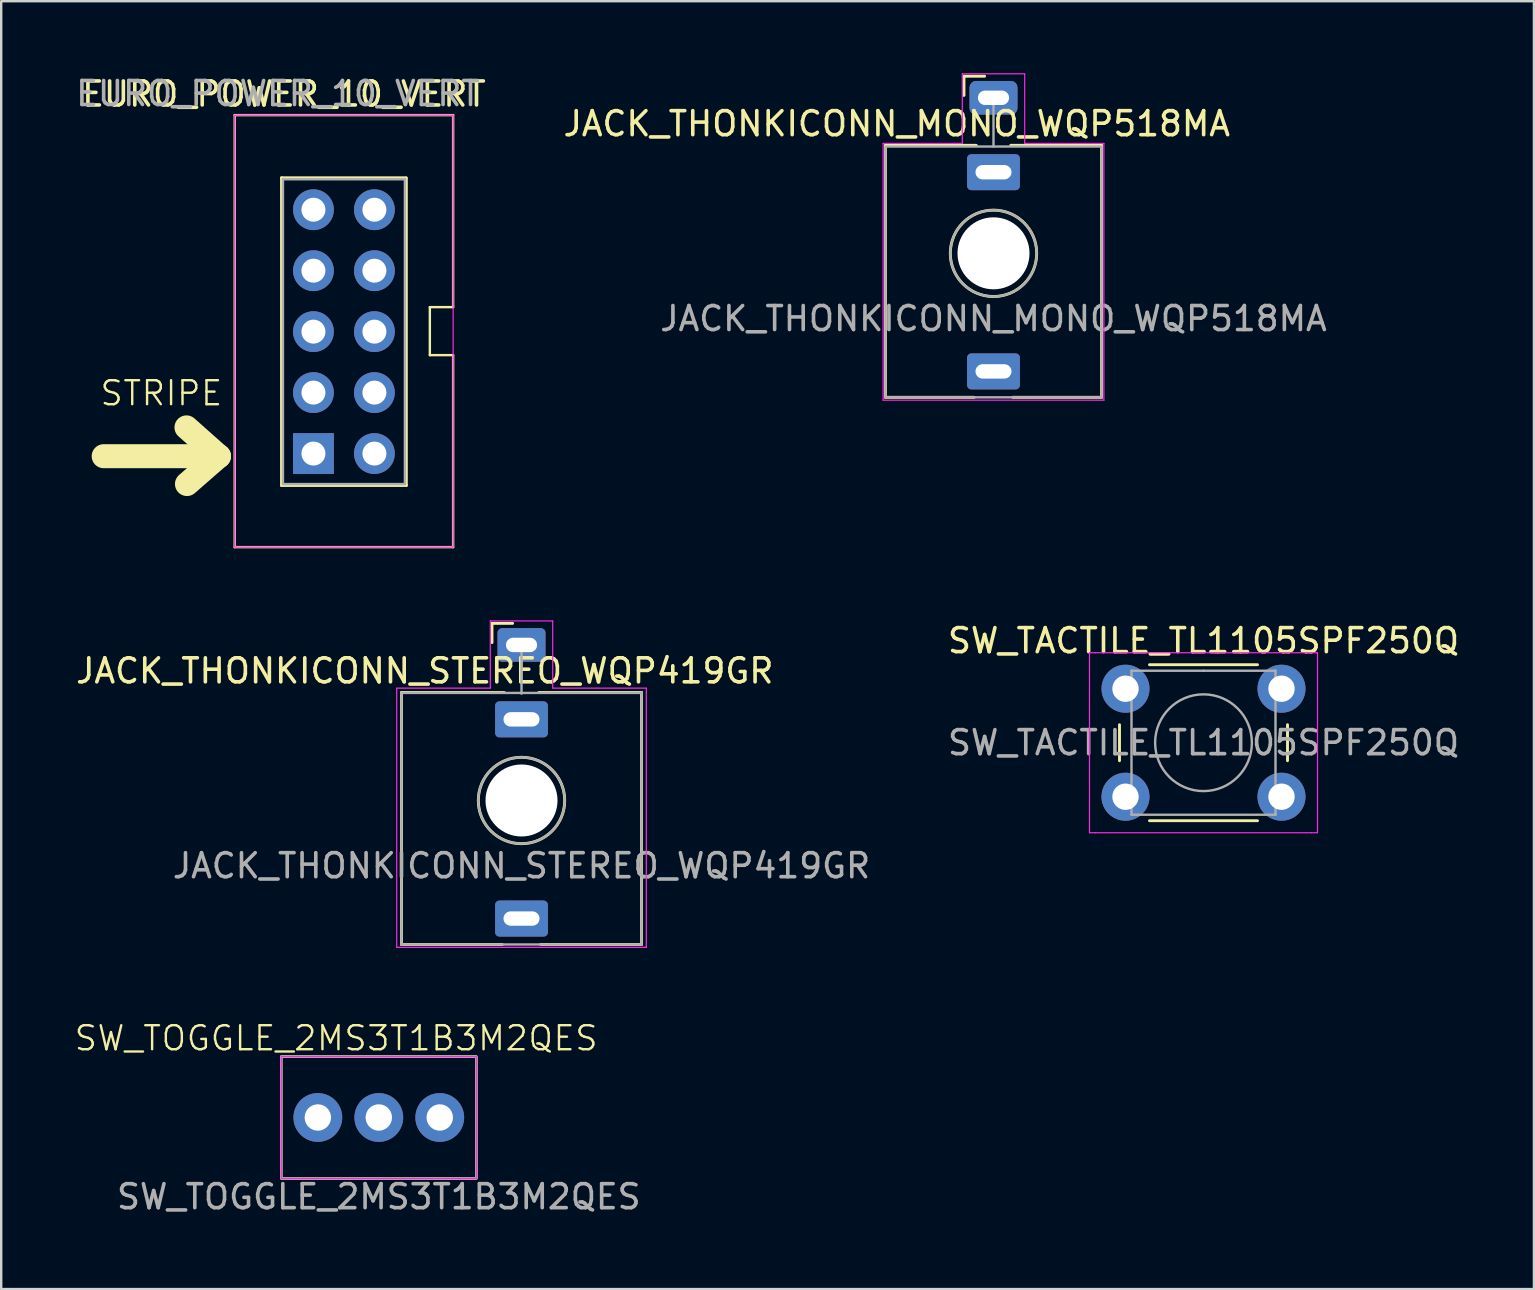
<source format=kicad_pcb>
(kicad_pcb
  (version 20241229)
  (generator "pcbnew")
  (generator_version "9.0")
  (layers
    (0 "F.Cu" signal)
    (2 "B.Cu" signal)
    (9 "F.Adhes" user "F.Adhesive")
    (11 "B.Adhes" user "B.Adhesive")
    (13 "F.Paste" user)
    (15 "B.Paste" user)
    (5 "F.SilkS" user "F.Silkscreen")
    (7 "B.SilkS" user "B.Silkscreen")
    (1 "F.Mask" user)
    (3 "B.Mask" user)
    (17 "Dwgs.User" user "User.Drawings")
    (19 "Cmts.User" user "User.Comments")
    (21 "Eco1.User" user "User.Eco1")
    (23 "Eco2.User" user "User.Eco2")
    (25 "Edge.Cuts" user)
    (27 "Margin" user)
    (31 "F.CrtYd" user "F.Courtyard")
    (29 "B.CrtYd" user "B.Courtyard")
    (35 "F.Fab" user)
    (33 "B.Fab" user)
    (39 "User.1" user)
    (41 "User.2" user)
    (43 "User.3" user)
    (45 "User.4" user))
  (footprint "SW_TACTILE_TL1105SPF250Q"
    (layer "F.Cu")
    (at 43.845 25.646)
    (property "Reference" "SW_TACTILE_TL1105SPF250Q" (at 3.25 -2 0) (layer "F.SilkS") (effects (font (size 1 1) (thickness 0.15))))
    (attr through_hole)
    (fp_line (start -0.25 1.5) (end -0.25 3) (stroke (width 0.12) (type solid)) (layer "F.SilkS"))
    (fp_line (start 1 5.5) (end 5.5 5.5) (stroke (width 0.12) (type solid)) (layer "F.SilkS"))
    (fp_line (start 5.5 -1) (end 1 -1) (stroke (width 0.12) (type solid)) (layer "F.SilkS"))
    (fp_line (start 6.75 3) (end 6.75 1.5) (stroke (width 0.12) (type solid)) (layer "F.SilkS"))
    (fp_line (start -1.5 -1.5) (end -1.25 -1.5) (stroke (width 0.05) (type solid)) (layer "F.CrtYd"))
    (fp_line (start -1.5 -1.25) (end -1.5 -1.5) (stroke (width 0.05) (type solid)) (layer "F.CrtYd"))
    (fp_line (start -1.5 5.75) (end -1.5 -1.25) (stroke (width 0.05) (type solid)) (layer "F.CrtYd"))
    (fp_line (start -1.5 5.75) (end -1.5 6) (stroke (width 0.05) (type solid)) (layer "F.CrtYd"))
    (fp_line (start -1.5 6) (end -1.25 6) (stroke (width 0.05) (type solid)) (layer "F.CrtYd"))
    (fp_line (start -1.25 -1.5) (end 7.75 -1.5) (stroke (width 0.05) (type solid)) (layer "F.CrtYd"))
    (fp_line (start 7.75 -1.5) (end 8 -1.5) (stroke (width 0.05) (type solid)) (layer "F.CrtYd"))
    (fp_line (start 7.75 6) (end -1.25 6) (stroke (width 0.05) (type solid)) (layer "F.CrtYd"))
    (fp_line (start 7.75 6) (end 8 6) (stroke (width 0.05) (type solid)) (layer "F.CrtYd"))
    (fp_line (start 8 -1.5) (end 8 -1.25) (stroke (width 0.05) (type solid)) (layer "F.CrtYd"))
    (fp_line (start 8 -1.25) (end 8 5.75) (stroke (width 0.05) (type solid)) (layer "F.CrtYd"))
    (fp_line (start 8 6) (end 8 5.75) (stroke (width 0.05) (type solid)) (layer "F.CrtYd"))
    (fp_line (start 0.25 -0.75) (end 3.25 -0.75) (stroke (width 0.1) (type solid)) (layer "F.Fab"))
    (fp_line (start 0.25 5.25) (end 0.25 -0.75) (stroke (width 0.1) (type solid)) (layer "F.Fab"))
    (fp_line (start 3.25 -0.75) (end 6.25 -0.75) (stroke (width 0.1) (type solid)) (layer "F.Fab"))
    (fp_line (start 6.25 -0.75) (end 6.25 5.25) (stroke (width 0.1) (type solid)) (layer "F.Fab"))
    (fp_line (start 6.25 5.25) (end 0.25 5.25) (stroke (width 0.1) (type solid)) (layer "F.Fab"))
    (fp_circle (center 3.25 2.25) (end 1.25 2.5) (stroke (width 0.1) (type solid)) (fill no) (layer "F.Fab"))
    (fp_text user "${REFERENCE}" (at 3.25 2.25 0) (layer "F.Fab") (effects (font (size 1 1) (thickness 0.15))))
    (pad "1" thru_hole circle (at 0 0 90) (size 2 2) (drill 1.1) (layers "*.Cu" "*.Mask"))
    (pad "2" thru_hole circle (at 6.5 0 90) (size 2 2) (drill 1.1) (layers "*.Cu" "*.Mask"))
    (pad "3" thru_hole circle (at 0 4.5 90) (size 2 2) (drill 1.1) (layers "*.Cu" "*.Mask"))
    (pad "4" thru_hole circle (at 6.5 4.5 90) (size 2 2) (drill 1.1) (layers "*.Cu" "*.Mask")))
  (footprint "JACK_THONKICONN_MONO_WQP518MA"
    (layer "F.Cu")
    (at 38.345 1.025)
    (property "Reference" "JACK_THONKICONN_MONO_WQP518MA" (at -4.03 1.08 180) (layer "F.SilkS") (effects (font (size 1 1) (thickness 0.15))))
    (attr through_hole)
    (fp_line (start -4.5 1.98) (end -4.5 12.48) (stroke (width 0.12) (type solid)) (layer "F.SilkS"))
    (fp_line (start -1.23 -0.9) (end -1.23 -0.1) (stroke (width 0.12) (type solid)) (layer "F.SilkS"))
    (fp_line (start -1.23 -0.9) (end -0.37 -0.9) (stroke (width 0.12) (type solid)) (layer "F.SilkS"))
    (fp_line (start -0.8 12.48) (end -4.5 12.48) (stroke (width 0.12) (type solid)) (layer "F.SilkS"))
    (fp_line (start -0.72 1.98) (end -4.5 1.98) (stroke (width 0.12) (type solid)) (layer "F.SilkS"))
    (fp_line (start 4.5 1.98) (end 0.72 1.98) (stroke (width 0.12) (type solid)) (layer "F.SilkS"))
    (fp_line (start 4.5 1.98) (end 4.5 12.48) (stroke (width 0.12) (type solid)) (layer "F.SilkS"))
    (fp_line (start 4.5 12.48) (end 0.8 12.48) (stroke (width 0.12) (type solid)) (layer "F.SilkS"))
    (fp_circle (center 0 6.48) (end 1.8 6.48) (stroke (width 0.12) (type solid)) (fill no) (layer "F.SilkS"))
    (fp_line (start -4.6 1.9) (end -1.3 1.9) (stroke (width 0.05) (type default)) (layer "F.CrtYd"))
    (fp_line (start -4.6 12.6) (end -4.6 1.9) (stroke (width 0.05) (type default)) (layer "F.CrtYd"))
    (fp_line (start -1.3 -1) (end 1.3 -1) (stroke (width 0.05) (type default)) (layer "F.CrtYd"))
    (fp_line (start -1.3 1.9) (end -1.3 -1) (stroke (width 0.05) (type default)) (layer "F.CrtYd"))
    (fp_line (start 1.3 -1) (end 1.3 1.9) (stroke (width 0.05) (type default)) (layer "F.CrtYd"))
    (fp_line (start 1.3 1.9) (end 4.6 1.9) (stroke (width 0.05) (type default)) (layer "F.CrtYd"))
    (fp_line (start 4.6 1.9) (end 4.6 12.6) (stroke (width 0.05) (type default)) (layer "F.CrtYd"))
    (fp_line (start 4.6 12.6) (end -4.6 12.6) (stroke (width 0.05) (type default)) (layer "F.CrtYd"))
    (fp_line (start -4.5 12.48) (end -4.5 2.08) (stroke (width 0.1) (type solid)) (layer "F.Fab"))
    (fp_line (start 0 0) (end 0 2.03) (stroke (width 0.1) (type solid)) (layer "F.Fab"))
    (fp_line (start 4.5 2.03) (end -4.5 2.03) (stroke (width 0.1) (type solid)) (layer "F.Fab"))
    (fp_line (start 4.5 12.48) (end -4.5 12.48) (stroke (width 0.1) (type solid)) (layer "F.Fab"))
    (fp_line (start 4.5 12.48) (end 4.5 2.08) (stroke (width 0.1) (type solid)) (layer "F.Fab"))
    (fp_circle (center 0 6.48) (end 1.8 6.48) (stroke (width 0.1) (type solid)) (fill no) (layer "F.Fab"))
    (fp_line (start 0 6.08) (end 0 6.88) (stroke (width 0.1) (type default)) (layer "User.6"))
    (fp_line (start 0.4 6.48) (end -0.4 6.48) (stroke (width 0.1) (type default)) (layer "User.6"))
    (fp_circle (center 0 6.48) (end 3.2 6.48) (stroke (width 0.1) (type default)) (fill no) (layer "User.6"))
    (fp_line (start 0 6.9) (end 0 6.5) (stroke (width 0.1) (type default)) (layer "User.9"))
    (fp_text user "KEEPOUT" (at 0 6.48 0) (layer "Cmts.User") (effects (font (size 0.4 0.4) (thickness 0.051))))
    (fp_text user "${REFERENCE}" (at 0 9.2 180) (layer "F.Fab") (effects (font (size 1 1) (thickness 0.15))))
    (pad "" np_thru_hole circle (at 0 6.48) (size 3 3) (drill 3) (layers "*.Cu" "*.Mask"))
    (pad "S" thru_hole roundrect (at 0 0 180) (size 2 1.4) (drill oval 1.3 0.6) (layers "*.Cu" "*.Mask") (roundrect_rratio 0.192))
    (pad "T" thru_hole roundrect (at 0 11.4 180) (size 2.2 1.5) (drill oval 1.5 0.6) (layers "*.Cu" "*.Mask") (roundrect_rratio 0.117))
    (pad "TN" thru_hole roundrect (at 0 3.1 180) (size 2.2 1.5) (drill oval 1.5 0.6) (layers "*.Cu" "*.Mask") (roundrect_rratio 0.117)))
  (footprint "SW_TOGGLE_2MS3T1B3M2QES"
    (layer "F.Cu")
    (at 12.733 43.511)
    (property "Reference" "SW_TOGGLE_2MS3T1B3M2QES" (at -1.778 -3.302 0) (unlocked yes) (layer "F.SilkS") (effects (font (size 1 1) (thickness 0.1))))
    (attr smd)
    (fp_rect (start -4.064 -2.54) (end 4.064 2.54) (stroke (width 0.1) (type default)) (fill no) (layer "F.SilkS"))
    (fp_rect (start -4.064 -2.54) (end 4.064 2.54) (stroke (width 0.05) (type default)) (fill no) (layer "F.CrtYd"))
    (fp_rect (start -4.064 -2.54) (end 4.064 2.54) (stroke (width 0.1) (type default)) (fill no) (layer "F.Fab"))
    (fp_text user "${REFERENCE}" (at 0 3.302 0) (unlocked yes) (layer "F.Fab") (effects (font (size 1 1) (thickness 0.15))))
    (pad "1" thru_hole circle (at -2.54 0) (size 2.032 2.032) (drill 1.1) (layers "*.Cu" "*.Mask"))
    (pad "2" thru_hole circle (at 0 0) (size 2.032 2.032) (drill 1.1) (layers "*.Cu" "*.Mask"))
    (pad "3" thru_hole circle (at 2.54 0) (size 2.032 2.032) (drill 1.1) (layers "*.Cu" "*.Mask")))
  (footprint "JACK_THONKICONN_STEREO_WQP419GR"
    (layer "F.Cu")
    (at 18.679 23.823)
    (property "Reference" "JACK_THONKICONN_STEREO_WQP419GR" (at -4.03 1.08 180) (layer "F.SilkS") (effects (font (size 1 1) (thickness 0.15))))
    (attr through_hole)
    (fp_line (start -5 1.98) (end -5 12.48) (stroke (width 0.12) (type solid)) (layer "F.SilkS"))
    (fp_line (start -1.23 -0.9) (end -1.23 -0.1) (stroke (width 0.12) (type solid)) (layer "F.SilkS"))
    (fp_line (start -1.23 -0.9) (end -0.37 -0.9) (stroke (width 0.12) (type solid)) (layer "F.SilkS"))
    (fp_line (start -0.8 12.48) (end -5 12.48) (stroke (width 0.12) (type solid)) (layer "F.SilkS"))
    (fp_line (start -0.72 1.98) (end -5 1.98) (stroke (width 0.12) (type solid)) (layer "F.SilkS"))
    (fp_line (start 5 1.98) (end 0.72 1.98) (stroke (width 0.12) (type solid)) (layer "F.SilkS"))
    (fp_line (start 5 1.98) (end 5 12.48) (stroke (width 0.12) (type solid)) (layer "F.SilkS"))
    (fp_line (start 5 12.48) (end 0.8 12.48) (stroke (width 0.12) (type solid)) (layer "F.SilkS"))
    (fp_circle (center 0 6.48) (end 1.8 6.48) (stroke (width 0.12) (type solid)) (fill no) (layer "F.SilkS"))
    (fp_line (start -5.2 1.8) (end -1.3 1.8) (stroke (width 0.05) (type default)) (layer "F.CrtYd"))
    (fp_line (start -5.2 12.6) (end -5.2 1.8) (stroke (width 0.05) (type default)) (layer "F.CrtYd"))
    (fp_line (start -1.3 -1) (end 1.3 -1) (stroke (width 0.05) (type default)) (layer "F.CrtYd"))
    (fp_line (start -1.3 1.8) (end -1.3 -1) (stroke (width 0.05) (type default)) (layer "F.CrtYd"))
    (fp_line (start 1.3 -1) (end 1.3 1.8) (stroke (width 0.05) (type default)) (layer "F.CrtYd"))
    (fp_line (start 1.3 1.8) (end 5.2 1.8) (stroke (width 0.05) (type default)) (layer "F.CrtYd"))
    (fp_line (start 5.2 1.8) (end 5.2 12.6) (stroke (width 0.05) (type default)) (layer "F.CrtYd"))
    (fp_line (start 5.2 12.6) (end -5.2 12.6) (stroke (width 0.05) (type default)) (layer "F.CrtYd"))
    (fp_line (start -5 12.48) (end -5 2) (stroke (width 0.1) (type solid)) (layer "F.Fab"))
    (fp_line (start 0 0) (end 0 2.03) (stroke (width 0.1) (type solid)) (layer "F.Fab"))
    (fp_line (start 5 2) (end -5 2) (stroke (width 0.1) (type solid)) (layer "F.Fab"))
    (fp_line (start 5 12.48) (end -5 12.48) (stroke (width 0.1) (type solid)) (layer "F.Fab"))
    (fp_line (start 5 12.48) (end 5 1.98) (stroke (width 0.1) (type solid)) (layer "F.Fab"))
    (fp_circle (center 0 6.48) (end 1.8 6.48) (stroke (width 0.1) (type solid)) (fill no) (layer "F.Fab"))
    (fp_line (start 0 6.08) (end 0 6.88) (stroke (width 0.1) (type default)) (layer "User.6"))
    (fp_line (start 0.4 6.48) (end -0.4 6.48) (stroke (width 0.1) (type default)) (layer "User.6"))
    (fp_circle (center 0 6.48) (end 3.2 6.48) (stroke (width 0.1) (type default)) (fill no) (layer "User.6"))
    (fp_line (start 0 6.9) (end 0 6.5) (stroke (width 0.1) (type default)) (layer "User.9"))
    (fp_text user "KEEPOUT" (at 0 6.48 0) (layer "Cmts.User") (effects (font (size 0.4 0.4) (thickness 0.051))))
    (fp_text user "${REFERENCE}" (at 0 9.2 180) (layer "F.Fab") (effects (font (size 1 1) (thickness 0.15))))
    (pad "" np_thru_hole circle (at 0 6.48) (size 3 3) (drill 3) (layers "*.Cu" "*.Mask"))
    (pad "R" thru_hole roundrect (at 0 3.1 180) (size 2.2 1.5) (drill oval 1.5 0.6) (layers "*.Cu" "*.Mask") (roundrect_rratio 0.117))
    (pad "S" thru_hole roundrect (at 0 0 180) (size 2 1.4) (drill oval 1.3 0.6) (layers "*.Cu" "*.Mask") (roundrect_rratio 0.137))
    (pad "T" thru_hole roundrect (at 0 11.4 180) (size 2.2 1.5) (drill oval 1.5 0.6) (layers "*.Cu" "*.Mask") (roundrect_rratio 0.117)))
  (footprint "EURO_POWER_10_VERT"
    (layer "F.Cu")
    (at 6.73 1.748)
    (property "Reference" "EURO_POWER_10_VERT" (at 2.05 -0.88 0) (layer "F.SilkS") (effects (font (size 1 1) (thickness 0.15))))
    (attr through_hole)
    (fp_line (start -5.46 14.21) (end -0.66 14.21) (stroke (width 1) (type default)) (layer "F.SilkS"))
    (fp_line (start -0.66 14.21) (end -2.01 13.01) (stroke (width 1) (type default)) (layer "F.SilkS"))
    (fp_line (start -0.66 14.21) (end -1.99 15.37) (stroke (width 1) (type default)) (layer "F.SilkS"))
    (fp_line (start 0 0) (end 9.1 0) (stroke (width 0.1) (type default)) (layer "F.SilkS"))
    (fp_line (start 0 18) (end 0 0) (stroke (width 0.1) (type default)) (layer "F.SilkS"))
    (fp_line (start 1.95 2.61) (end 1.95 15.43) (stroke (width 0.12) (type solid)) (layer "F.SilkS"))
    (fp_line (start 1.95 2.61) (end 7.141 2.61) (stroke (width 0.12) (type solid)) (layer "F.SilkS"))
    (fp_line (start 1.95 15.43) (end 7.15 15.43) (stroke (width 0.12) (type solid)) (layer "F.SilkS"))
    (fp_line (start 7.15 2.619) (end 7.15 15.43) (stroke (width 0.12) (type solid)) (layer "F.SilkS"))
    (fp_line (start 8.13 8) (end 8.13 10) (stroke (width 0.1) (type default)) (layer "F.SilkS"))
    (fp_line (start 8.13 10) (end 9.1 10) (stroke (width 0.1) (type default)) (layer "F.SilkS"))
    (fp_line (start 9.1 0) (end 9.1 8) (stroke (width 0.1) (type default)) (layer "F.SilkS"))
    (fp_line (start 9.1 8) (end 8.13 8) (stroke (width 0.1) (type default)) (layer "F.SilkS"))
    (fp_line (start 9.1 10) (end 9.1 18) (stroke (width 0.1) (type default)) (layer "F.SilkS"))
    (fp_line (start 9.1 18) (end 0 18) (stroke (width 0.1) (type default)) (layer "F.SilkS"))
    (fp_rect (start 0 0) (end 9.1 18) (stroke (width 0.05) (type default)) (fill no) (layer "F.CrtYd"))
    (fp_line (start 2.01 2.67) (end 7.09 2.67) (stroke (width 0.1) (type solid)) (layer "F.Fab"))
    (fp_line (start 2.01 15.37) (end 2.01 2.67) (stroke (width 0.1) (type solid)) (layer "F.Fab"))
    (fp_line (start 7.09 2.67) (end 7.09 15.37) (stroke (width 0.1) (type solid)) (layer "F.Fab"))
    (fp_line (start 7.09 15.37) (end 2.01 15.37) (stroke (width 0.1) (type solid)) (layer "F.Fab"))
    (fp_text user "STRIPE" (at -5.67 12.17 0) (unlocked yes) (layer "F.SilkS") (effects (font (size 1 1) (thickness 0.1)) (justify left bottom)))
    (fp_text user "${REFERENCE}" (at 1.8 -0.9 180) (layer "F.Fab") (effects (font (size 1 1) (thickness 0.15))))
    (pad "1" thru_hole rect (at 3.28 14.1) (size 1.7 1.7) (drill 1) (layers "*.Cu" "*.Mask"))
    (pad "2" thru_hole oval (at 5.82 14.1) (size 1.7 1.7) (drill 1) (layers "*.Cu" "*.Mask"))
    (pad "3" thru_hole oval (at 3.28 11.56) (size 1.7 1.7) (drill 1) (layers "*.Cu" "*.Mask"))
    (pad "4" thru_hole oval (at 5.82 11.56) (size 1.7 1.7) (drill 1) (layers "*.Cu" "*.Mask"))
    (pad "5" thru_hole oval (at 3.28 9.02) (size 1.7 1.7) (drill 1) (layers "*.Cu" "*.Mask"))
    (pad "6" thru_hole oval (at 5.82 9.02) (size 1.7 1.7) (drill 1) (layers "*.Cu" "*.Mask"))
    (pad "7" thru_hole oval (at 3.28 6.48) (size 1.7 1.7) (drill 1) (layers "*.Cu" "*.Mask"))
    (pad "8" thru_hole oval (at 5.82 6.48) (size 1.7 1.7) (drill 1) (layers "*.Cu" "*.Mask"))
    (pad "9" thru_hole oval (at 3.28 3.94) (size 1.7 1.7) (drill 1) (layers "*.Cu" "*.Mask"))
    (pad "10" thru_hole oval (at 5.82 3.94) (size 1.7 1.7) (drill 1) (layers "*.Cu" "*.Mask")))
  (gr_rect
    (start -3 -3)
    (end 60.863 50.661)
    (stroke (width 0.1) (type default))
    (fill no)
    (layer "Edge.Cuts")))
</source>
